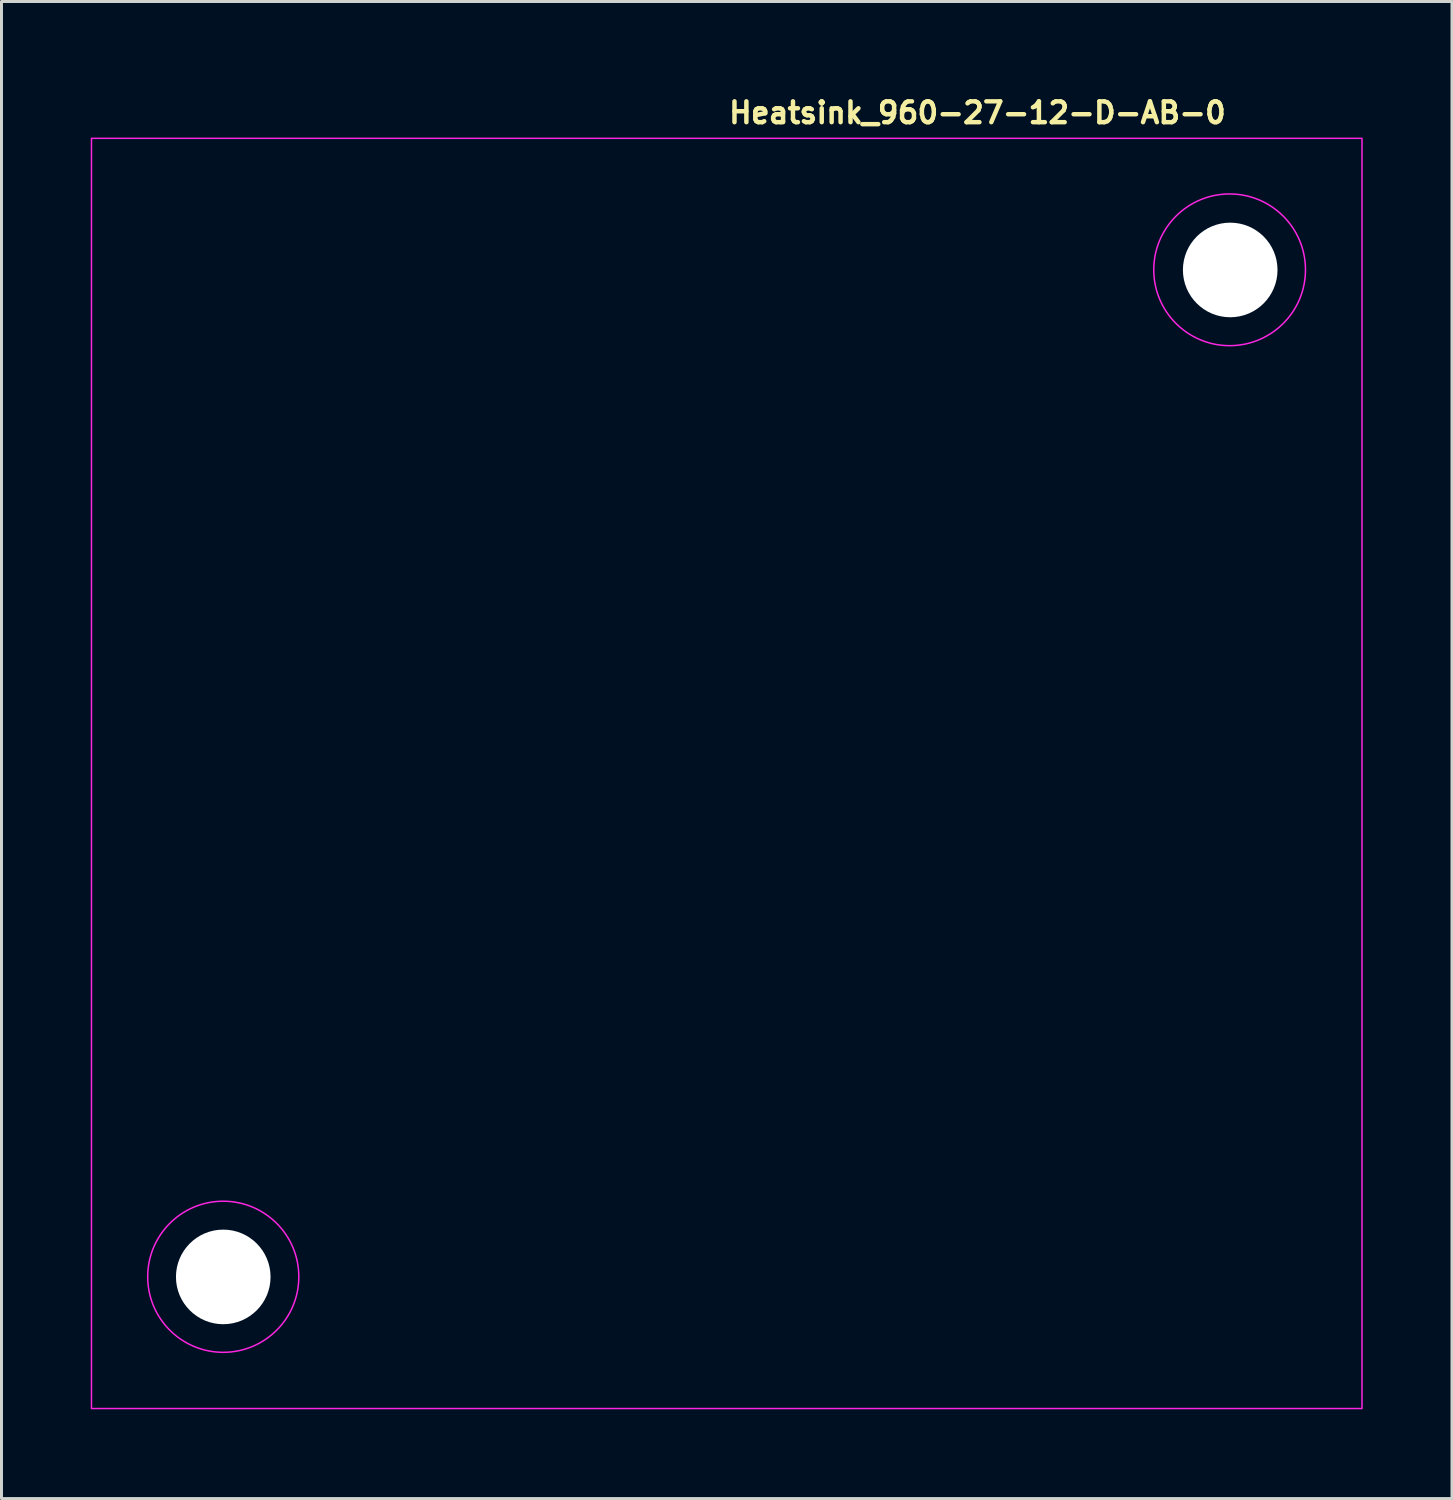
<source format=kicad_pcb>
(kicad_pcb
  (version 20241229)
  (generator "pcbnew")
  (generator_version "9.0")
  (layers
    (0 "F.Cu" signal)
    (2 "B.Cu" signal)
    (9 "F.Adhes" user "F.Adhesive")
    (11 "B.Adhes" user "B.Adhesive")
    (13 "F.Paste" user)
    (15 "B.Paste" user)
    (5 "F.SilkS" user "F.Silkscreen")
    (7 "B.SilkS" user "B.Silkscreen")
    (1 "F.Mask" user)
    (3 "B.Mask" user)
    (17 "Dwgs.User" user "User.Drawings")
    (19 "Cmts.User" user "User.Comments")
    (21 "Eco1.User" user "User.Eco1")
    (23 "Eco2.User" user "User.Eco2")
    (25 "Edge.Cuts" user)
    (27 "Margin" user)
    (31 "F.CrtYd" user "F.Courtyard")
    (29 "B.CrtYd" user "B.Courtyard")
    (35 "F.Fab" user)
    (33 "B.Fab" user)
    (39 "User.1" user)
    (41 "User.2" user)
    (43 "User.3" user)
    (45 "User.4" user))
  (footprint "Heatsink_960-27-12-D-AB-0"
    (layer "F.Cu")
    (at 21.375 22.95)
    (property "Reference" "Heatsink_960-27-12-D-AB-0" (at 0 -21.8 0) (unlocked yes) (layer "F.SilkS") (effects (font (size 0.7 0.7) (thickness 0.15)) (justify left bottom)))
    (attr exclude_from_pos_files)
    (fp_rect (start -21.35 -21.35) (end 21.36 21.35) (stroke (width 0.05) (type solid)) (fill no) (layer "F.CrtYd"))
    (fp_circle (center -16.92 16.92) (end -14.38 16.92) (stroke (width 0.05) (type solid)) (fill no) (layer "F.CrtYd"))
    (fp_circle (center 16.91 -16.93) (end 19.46 -16.93) (stroke (width 0.05) (type solid)) (fill no) (layer "F.CrtYd"))
    (fp_rect (start -20.351 -20.354) (end 20.357 20.353) (stroke (width 0.1) (type solid)) (fill no) (layer "User.5"))
    (fp_line (start -20.351 16.925) (end -20.347 16.755) (stroke (width 0.02) (type solid)) (layer "User.9"))
    (fp_line (start -20.349 17.055) (end -20.351 16.925) (stroke (width 0.02) (type solid)) (layer "User.9"))
    (fp_line (start -20.347 16.755) (end -20.334 16.586) (stroke (width 0.02) (type solid)) (layer "User.9"))
    (fp_line (start -20.341 17.183) (end -20.349 17.055) (stroke (width 0.02) (type solid)) (layer "User.9"))
    (fp_line (start -20.334 16.586) (end -20.313 16.419) (stroke (width 0.02) (type solid)) (layer "User.9"))
    (fp_line (start -20.329 17.311) (end -20.341 17.183) (stroke (width 0.02) (type solid)) (layer "User.9"))
    (fp_line (start -20.313 16.419) (end -20.285 16.253) (stroke (width 0.02) (type solid)) (layer "User.9"))
    (fp_line (start -20.313 17.438) (end -20.329 17.311) (stroke (width 0.02) (type solid)) (layer "User.9"))
    (fp_line (start -20.291 17.563) (end -20.313 17.438) (stroke (width 0.02) (type solid)) (layer "User.9"))
    (fp_line (start -20.285 16.253) (end -20.248 16.089) (stroke (width 0.02) (type solid)) (layer "User.9"))
    (fp_line (start -20.265 17.687) (end -20.291 17.563) (stroke (width 0.02) (type solid)) (layer "User.9"))
    (fp_line (start -20.248 16.089) (end -20.203 15.928) (stroke (width 0.02) (type solid)) (layer "User.9"))
    (fp_line (start -20.235 17.809) (end -20.265 17.687) (stroke (width 0.02) (type solid)) (layer "User.9"))
    (fp_line (start -20.203 15.928) (end -20.15 15.769) (stroke (width 0.02) (type solid)) (layer "User.9"))
    (fp_line (start -20.2 17.93) (end -20.235 17.809) (stroke (width 0.02) (type solid)) (layer "User.9"))
    (fp_line (start -20.161 18.05) (end -20.2 17.93) (stroke (width 0.02) (type solid)) (layer "User.9"))
    (fp_line (start -20.15 15.769) (end -20.09 15.613) (stroke (width 0.02) (type solid)) (layer "User.9"))
    (fp_line (start -20.118 18.167) (end -20.161 18.05) (stroke (width 0.02) (type solid)) (layer "User.9"))
    (fp_line (start -20.09 15.613) (end -20.022 15.46) (stroke (width 0.02) (type solid)) (layer "User.9"))
    (fp_line (start -20.071 18.283) (end -20.118 18.167) (stroke (width 0.02) (type solid)) (layer "User.9"))
    (fp_line (start -20.022 15.46) (end -19.947 15.31) (stroke (width 0.02) (type solid)) (layer "User.9"))
    (fp_line (start -20.019 18.397) (end -20.071 18.283) (stroke (width 0.02) (type solid)) (layer "User.9"))
    (fp_line (start -19.963 18.509) (end -20.019 18.397) (stroke (width 0.02) (type solid)) (layer "User.9"))
    (fp_line (start -19.947 15.31) (end -19.865 15.164) (stroke (width 0.02) (type solid)) (layer "User.9"))
    (fp_line (start -19.904 18.618) (end -19.963 18.509) (stroke (width 0.02) (type solid)) (layer "User.9"))
    (fp_line (start -19.865 15.164) (end -19.775 15.023) (stroke (width 0.02) (type solid)) (layer "User.9"))
    (fp_line (start -19.84 18.725) (end -19.904 18.618) (stroke (width 0.02) (type solid)) (layer "User.9"))
    (fp_line (start -19.775 15.023) (end -19.678 14.885) (stroke (width 0.02) (type solid)) (layer "User.9"))
    (fp_line (start -19.773 18.83) (end -19.84 18.725) (stroke (width 0.02) (type solid)) (layer "User.9"))
    (fp_line (start -19.702 18.932) (end -19.773 18.83) (stroke (width 0.02) (type solid)) (layer "User.9"))
    (fp_line (start -19.678 14.885) (end -19.574 14.752) (stroke (width 0.02) (type solid)) (layer "User.9"))
    (fp_line (start -19.627 19.032) (end -19.702 18.932) (stroke (width 0.02) (type solid)) (layer "User.9"))
    (fp_line (start -19.622 15.38) (end -16.922 13.875) (stroke (width 0.02) (type solid)) (layer "User.9"))
    (fp_line (start -19.622 18.471) (end -19.622 15.38) (stroke (width 0.02) (type solid)) (layer "User.9"))
    (fp_line (start -19.574 14.752) (end -19.464 14.623) (stroke (width 0.02) (type solid)) (layer "User.9"))
    (fp_line (start -19.549 19.129) (end -19.627 19.032) (stroke (width 0.02) (type solid)) (layer "User.9"))
    (fp_line (start -19.467 19.223) (end -19.549 19.129) (stroke (width 0.02) (type solid)) (layer "User.9"))
    (fp_line (start -19.464 14.623) (end -19.347 14.5) (stroke (width 0.02) (type solid)) (layer "User.9"))
    (fp_line (start -19.382 19.314) (end -19.467 19.223) (stroke (width 0.02) (type solid)) (layer "User.9"))
    (fp_line (start -19.347 14.5) (end -14.833 9.986) (stroke (width 0.02) (type solid)) (layer "User.9"))
    (fp_line (start -19.293 19.402) (end -19.382 19.314) (stroke (width 0.02) (type solid)) (layer "User.9"))
    (fp_line (start -19.201 19.487) (end -19.293 19.402) (stroke (width 0.02) (type solid)) (layer "User.9"))
    (fp_line (start -19.106 19.569) (end -19.201 19.487) (stroke (width 0.02) (type solid)) (layer "User.9"))
    (fp_line (start -19.007 19.648) (end -19.106 19.569) (stroke (width 0.02) (type solid)) (layer "User.9"))
    (fp_line (start -18.905 19.722) (end -19.007 19.648) (stroke (width 0.02) (type solid)) (layer "User.9"))
    (fp_line (start -18.801 19.794) (end -18.905 19.722) (stroke (width 0.02) (type solid)) (layer "User.9"))
    (fp_line (start -18.693 19.861) (end -18.801 19.794) (stroke (width 0.02) (type solid)) (layer "User.9"))
    (fp_line (start -18.583 19.925) (end -18.693 19.861) (stroke (width 0.02) (type solid)) (layer "User.9"))
    (fp_line (start -18.469 19.985) (end -18.583 19.925) (stroke (width 0.02) (type solid)) (layer "User.9"))
    (fp_line (start -18.353 20.041) (end -18.469 19.985) (stroke (width 0.02) (type solid)) (layer "User.9"))
    (fp_line (start -18.234 20.093) (end -18.353 20.041) (stroke (width 0.02) (type solid)) (layer "User.9"))
    (fp_line (start -18.234 20.093) (end -18.234 20.093) (stroke (width 0.02) (type solid)) (layer "User.9"))
    (fp_line (start -17.992 20.183) (end -18.234 20.093) (stroke (width 0.02) (type solid)) (layer "User.9"))
    (fp_line (start -17.746 20.254) (end -17.992 20.183) (stroke (width 0.02) (type solid)) (layer "User.9"))
    (fp_line (start -17.498 20.306) (end -17.746 20.254) (stroke (width 0.02) (type solid)) (layer "User.9"))
    (fp_line (start -17.248 20.339) (end -17.498 20.306) (stroke (width 0.02) (type solid)) (layer "User.9"))
    (fp_line (start -16.997 20.353) (end -17.248 20.339) (stroke (width 0.02) (type solid)) (layer "User.9"))
    (fp_line (start -16.922 13.875) (end -14.222 15.38) (stroke (width 0.02) (type solid)) (layer "User.9"))
    (fp_line (start -16.922 19.975) (end -19.622 18.471) (stroke (width 0.02) (type solid)) (layer "User.9"))
    (fp_line (start -16.747 20.35) (end -16.997 20.353) (stroke (width 0.02) (type solid)) (layer "User.9"))
    (fp_line (start -16.499 20.328) (end -16.747 20.35) (stroke (width 0.02) (type solid)) (layer "User.9"))
    (fp_line (start -16.253 20.288) (end -16.499 20.328) (stroke (width 0.02) (type solid)) (layer "User.9"))
    (fp_line (start -16.011 20.231) (end -16.253 20.288) (stroke (width 0.02) (type solid)) (layer "User.9"))
    (fp_line (start -15.773 20.156) (end -16.011 20.231) (stroke (width 0.02) (type solid)) (layer "User.9"))
    (fp_line (start -15.54 20.064) (end -15.773 20.156) (stroke (width 0.02) (type solid)) (layer "User.9"))
    (fp_line (start -15.315 19.954) (end -15.54 20.064) (stroke (width 0.02) (type solid)) (layer "User.9"))
    (fp_line (start -15.097 19.828) (end -15.315 19.954) (stroke (width 0.02) (type solid)) (layer "User.9"))
    (fp_line (start -14.887 19.685) (end -15.097 19.828) (stroke (width 0.02) (type solid)) (layer "User.9"))
    (fp_line (start -14.764 9.915) (end -14.833 9.986) (stroke (width 0.02) (type solid)) (layer "User.9"))
    (fp_line (start -14.7 9.84) (end -14.764 9.915) (stroke (width 0.02) (type solid)) (layer "User.9"))
    (fp_line (start -14.687 19.525) (end -14.887 19.685) (stroke (width 0.02) (type solid)) (layer "User.9"))
    (fp_line (start -14.639 9.762) (end -14.7 9.84) (stroke (width 0.02) (type solid)) (layer "User.9"))
    (fp_line (start -14.583 9.682) (end -14.639 9.762) (stroke (width 0.02) (type solid)) (layer "User.9"))
    (fp_line (start -14.531 9.599) (end -14.583 9.682) (stroke (width 0.02) (type solid)) (layer "User.9"))
    (fp_line (start -14.497 19.35) (end -14.687 19.525) (stroke (width 0.02) (type solid)) (layer "User.9"))
    (fp_line (start -14.483 9.514) (end -14.531 9.599) (stroke (width 0.02) (type solid)) (layer "User.9"))
    (fp_line (start -14.439 9.427) (end -14.483 9.514) (stroke (width 0.02) (type solid)) (layer "User.9"))
    (fp_line (start -14.399 9.338) (end -14.439 9.427) (stroke (width 0.02) (type solid)) (layer "User.9"))
    (fp_line (start -14.364 9.247) (end -14.399 9.338) (stroke (width 0.02) (type solid)) (layer "User.9"))
    (fp_line (start -14.333 9.154) (end -14.364 9.247) (stroke (width 0.02) (type solid)) (layer "User.9"))
    (fp_line (start -14.307 9.06) (end -14.333 9.154) (stroke (width 0.02) (type solid)) (layer "User.9"))
    (fp_line (start -14.286 8.964) (end -14.307 9.06) (stroke (width 0.02) (type solid)) (layer "User.9"))
    (fp_line (start -14.269 8.868) (end -14.286 8.964) (stroke (width 0.02) (type solid)) (layer "User.9"))
    (fp_line (start -14.257 8.77) (end -14.269 8.868) (stroke (width 0.02) (type solid)) (layer "User.9"))
    (fp_line (start -14.249 8.671) (end -14.257 8.77) (stroke (width 0.02) (type solid)) (layer "User.9"))
    (fp_line (start -14.247 -13.75) (end 8.075 -13.75) (stroke (width 0.02) (type solid)) (layer "User.9"))
    (fp_line (start -14.247 8.572) (end -14.249 8.671) (stroke (width 0.02) (type solid)) (layer "User.9"))
    (fp_line (start -14.247 8.572) (end -14.247 -13.75) (stroke (width 0.02) (type solid)) (layer "User.9"))
    (fp_line (start -14.222 15.38) (end -14.222 18.471) (stroke (width 0.02) (type solid)) (layer "User.9"))
    (fp_line (start -14.222 18.471) (end -16.922 19.975) (stroke (width 0.02) (type solid)) (layer "User.9"))
    (fp_line (start -13.747 -13.5) (end -12.497 -13.5) (stroke (width 0.02) (type solid)) (layer "User.9"))
    (fp_line (start -13.747 -11.4) (end -13.747 -13.5) (stroke (width 0.02) (type solid)) (layer "User.9"))
    (fp_line (start -13.747 -11.4) (end -12.497 -11.4) (stroke (width 0.02) (type solid)) (layer "User.9"))
    (fp_line (start -13.747 -7.25) (end -13.747 -9.35) (stroke (width 0.02) (type solid)) (layer "User.9"))
    (fp_line (start -13.747 -7.25) (end -12.497 -7.25) (stroke (width 0.02) (type solid)) (layer "User.9"))
    (fp_line (start -13.747 -3.1) (end -13.747 -5.2) (stroke (width 0.02) (type solid)) (layer "User.9"))
    (fp_line (start -13.747 -3.1) (end -12.497 -3.1) (stroke (width 0.02) (type solid)) (layer "User.9"))
    (fp_line (start -13.747 1.05) (end -13.747 -1.05) (stroke (width 0.02) (type solid)) (layer "User.9"))
    (fp_line (start -13.747 1.05) (end -12.497 1.05) (stroke (width 0.02) (type solid)) (layer "User.9"))
    (fp_line (start -13.747 5.2) (end -13.747 3.1) (stroke (width 0.02) (type solid)) (layer "User.9"))
    (fp_line (start -13.747 5.2) (end -12.497 5.2) (stroke (width 0.02) (type solid)) (layer "User.9"))
    (fp_line (start -13.747 9.35) (end -13.747 7.25) (stroke (width 0.02) (type solid)) (layer "User.9"))
    (fp_line (start -13.747 9.35) (end -12.497 9.35) (stroke (width 0.02) (type solid)) (layer "User.9"))
    (fp_line (start -13.747 13.5) (end -13.747 11.4) (stroke (width 0.02) (type solid)) (layer "User.9"))
    (fp_line (start -13.747 13.5) (end -12.497 13.5) (stroke (width 0.02) (type solid)) (layer "User.9"))
    (fp_line (start -12.497 -11.4) (end -12.497 -13.5) (stroke (width 0.02) (type solid)) (layer "User.9"))
    (fp_line (start -12.497 -9.35) (end -13.747 -9.35) (stroke (width 0.02) (type solid)) (layer "User.9"))
    (fp_line (start -12.497 -7.25) (end -12.497 -9.35) (stroke (width 0.02) (type solid)) (layer "User.9"))
    (fp_line (start -12.497 -5.2) (end -13.747 -5.2) (stroke (width 0.02) (type solid)) (layer "User.9"))
    (fp_line (start -12.497 -3.1) (end -12.497 -5.2) (stroke (width 0.02) (type solid)) (layer "User.9"))
    (fp_line (start -12.497 -1.05) (end -13.747 -1.05) (stroke (width 0.02) (type solid)) (layer "User.9"))
    (fp_line (start -12.497 1.05) (end -12.497 -1.05) (stroke (width 0.02) (type solid)) (layer "User.9"))
    (fp_line (start -12.497 3.1) (end -13.747 3.1) (stroke (width 0.02) (type solid)) (layer "User.9"))
    (fp_line (start -12.497 5.2) (end -12.497 3.1) (stroke (width 0.02) (type solid)) (layer "User.9"))
    (fp_line (start -12.497 7.25) (end -13.747 7.25) (stroke (width 0.02) (type solid)) (layer "User.9"))
    (fp_line (start -12.497 9.35) (end -12.497 7.25) (stroke (width 0.02) (type solid)) (layer "User.9"))
    (fp_line (start -12.497 11.4) (end -13.747 11.4) (stroke (width 0.02) (type solid)) (layer "User.9"))
    (fp_line (start -12.497 13.5) (end -12.497 11.4) (stroke (width 0.02) (type solid)) (layer "User.9"))
    (fp_line (start -10.068 -13.5) (end -8.818 -13.5) (stroke (width 0.02) (type solid)) (layer "User.9"))
    (fp_line (start -10.068 -11.4) (end -10.068 -13.5) (stroke (width 0.02) (type solid)) (layer "User.9"))
    (fp_line (start -10.068 -11.4) (end -8.818 -11.4) (stroke (width 0.02) (type solid)) (layer "User.9"))
    (fp_line (start -10.068 -7.25) (end -10.068 -9.35) (stroke (width 0.02) (type solid)) (layer "User.9"))
    (fp_line (start -10.068 -7.25) (end -8.818 -7.25) (stroke (width 0.02) (type solid)) (layer "User.9"))
    (fp_line (start -10.068 -3.1) (end -10.068 -5.2) (stroke (width 0.02) (type solid)) (layer "User.9"))
    (fp_line (start -10.068 -3.1) (end -8.818 -3.1) (stroke (width 0.02) (type solid)) (layer "User.9"))
    (fp_line (start -10.068 1.05) (end -10.068 -1.05) (stroke (width 0.02) (type solid)) (layer "User.9"))
    (fp_line (start -10.068 1.05) (end -8.818 1.05) (stroke (width 0.02) (type solid)) (layer "User.9"))
    (fp_line (start -10.068 5.2) (end -10.068 3.1) (stroke (width 0.02) (type solid)) (layer "User.9"))
    (fp_line (start -10.068 5.2) (end -8.818 5.2) (stroke (width 0.02) (type solid)) (layer "User.9"))
    (fp_line (start -10.068 9.35) (end -10.068 7.25) (stroke (width 0.02) (type solid)) (layer "User.9"))
    (fp_line (start -10.068 9.35) (end -8.818 9.35) (stroke (width 0.02) (type solid)) (layer "User.9"))
    (fp_line (start -10.068 13.5) (end -10.068 11.4) (stroke (width 0.02) (type solid)) (layer "User.9"))
    (fp_line (start -10.068 13.5) (end -8.818 13.5) (stroke (width 0.02) (type solid)) (layer "User.9"))
    (fp_line (start -9.483 14.336) (end -14.497 19.35) (stroke (width 0.02) (type solid)) (layer "User.9"))
    (fp_line (start -9.483 14.336) (end -9.412 14.267) (stroke (width 0.02) (type solid)) (layer "User.9"))
    (fp_line (start -9.412 14.267) (end -9.337 14.203) (stroke (width 0.02) (type solid)) (layer "User.9"))
    (fp_line (start -9.337 14.203) (end -9.259 14.142) (stroke (width 0.02) (type solid)) (layer "User.9"))
    (fp_line (start -9.259 14.142) (end -9.179 14.086) (stroke (width 0.02) (type solid)) (layer "User.9"))
    (fp_line (start -9.179 14.086) (end -9.096 14.034) (stroke (width 0.02) (type solid)) (layer "User.9"))
    (fp_line (start -9.096 14.034) (end -9.011 13.986) (stroke (width 0.02) (type solid)) (layer "User.9"))
    (fp_line (start -9.011 13.986) (end -8.924 13.942) (stroke (width 0.02) (type solid)) (layer "User.9"))
    (fp_line (start -8.924 13.942) (end -8.835 13.902) (stroke (width 0.02) (type solid)) (layer "User.9"))
    (fp_line (start -8.835 13.902) (end -8.744 13.867) (stroke (width 0.02) (type solid)) (layer "User.9"))
    (fp_line (start -8.818 -11.4) (end -8.818 -13.5) (stroke (width 0.02) (type solid)) (layer "User.9"))
    (fp_line (start -8.818 -9.35) (end -10.068 -9.35) (stroke (width 0.02) (type solid)) (layer "User.9"))
    (fp_line (start -8.818 -7.25) (end -8.818 -9.35) (stroke (width 0.02) (type solid)) (layer "User.9"))
    (fp_line (start -8.818 -5.2) (end -10.068 -5.2) (stroke (width 0.02) (type solid)) (layer "User.9"))
    (fp_line (start -8.818 -3.1) (end -8.818 -5.2) (stroke (width 0.02) (type solid)) (layer "User.9"))
    (fp_line (start -8.818 -1.05) (end -10.068 -1.05) (stroke (width 0.02) (type solid)) (layer "User.9"))
    (fp_line (start -8.818 1.05) (end -8.818 -1.05) (stroke (width 0.02) (type solid)) (layer "User.9"))
    (fp_line (start -8.818 3.1) (end -10.068 3.1) (stroke (width 0.02) (type solid)) (layer "User.9"))
    (fp_line (start -8.818 5.2) (end -8.818 3.1) (stroke (width 0.02) (type solid)) (layer "User.9"))
    (fp_line (start -8.818 7.25) (end -10.068 7.25) (stroke (width 0.02) (type solid)) (layer "User.9"))
    (fp_line (start -8.818 9.35) (end -8.818 7.25) (stroke (width 0.02) (type solid)) (layer "User.9"))
    (fp_line (start -8.818 11.4) (end -10.068 11.4) (stroke (width 0.02) (type solid)) (layer "User.9"))
    (fp_line (start -8.818 13.5) (end -8.818 11.4) (stroke (width 0.02) (type solid)) (layer "User.9"))
    (fp_line (start -8.744 13.867) (end -8.651 13.836) (stroke (width 0.02) (type solid)) (layer "User.9"))
    (fp_line (start -8.651 13.836) (end -8.557 13.81) (stroke (width 0.02) (type solid)) (layer "User.9"))
    (fp_line (start -8.557 13.81) (end -8.461 13.789) (stroke (width 0.02) (type solid)) (layer "User.9"))
    (fp_line (start -8.461 13.789) (end -8.365 13.772) (stroke (width 0.02) (type solid)) (layer "User.9"))
    (fp_line (start -8.365 13.772) (end -8.267 13.76) (stroke (width 0.02) (type solid)) (layer "User.9"))
    (fp_line (start -8.267 13.76) (end -8.168 13.752) (stroke (width 0.02) (type solid)) (layer "User.9"))
    (fp_line (start -8.168 13.752) (end -8.069 13.75) (stroke (width 0.02) (type solid)) (layer "User.9"))
    (fp_line (start -6.39 -13.5) (end -5.14 -13.5) (stroke (width 0.02) (type solid)) (layer "User.9"))
    (fp_line (start -6.39 -11.4) (end -6.39 -13.5) (stroke (width 0.02) (type solid)) (layer "User.9"))
    (fp_line (start -6.39 -11.4) (end -5.14 -11.4) (stroke (width 0.02) (type solid)) (layer "User.9"))
    (fp_line (start -6.39 -7.25) (end -6.39 -9.35) (stroke (width 0.02) (type solid)) (layer "User.9"))
    (fp_line (start -6.39 -7.25) (end -5.14 -7.25) (stroke (width 0.02) (type solid)) (layer "User.9"))
    (fp_line (start -6.39 -3.1) (end -6.39 -5.2) (stroke (width 0.02) (type solid)) (layer "User.9"))
    (fp_line (start -6.39 -3.1) (end -5.14 -3.1) (stroke (width 0.02) (type solid)) (layer "User.9"))
    (fp_line (start -6.39 1.05) (end -6.39 -1.05) (stroke (width 0.02) (type solid)) (layer "User.9"))
    (fp_line (start -6.39 1.05) (end -5.14 1.05) (stroke (width 0.02) (type solid)) (layer "User.9"))
    (fp_line (start -6.39 5.2) (end -6.39 3.1) (stroke (width 0.02) (type solid)) (layer "User.9"))
    (fp_line (start -6.39 5.2) (end -5.14 5.2) (stroke (width 0.02) (type solid)) (layer "User.9"))
    (fp_line (start -6.39 9.35) (end -6.39 7.25) (stroke (width 0.02) (type solid)) (layer "User.9"))
    (fp_line (start -6.39 9.35) (end -5.14 9.35) (stroke (width 0.02) (type solid)) (layer "User.9"))
    (fp_line (start -6.39 13.5) (end -6.39 11.4) (stroke (width 0.02) (type solid)) (layer "User.9"))
    (fp_line (start -6.39 13.5) (end -5.14 13.5) (stroke (width 0.02) (type solid)) (layer "User.9"))
    (fp_line (start -5.14 -11.4) (end -5.14 -13.5) (stroke (width 0.02) (type solid)) (layer "User.9"))
    (fp_line (start -5.14 -9.35) (end -6.39 -9.35) (stroke (width 0.02) (type solid)) (layer "User.9"))
    (fp_line (start -5.14 -7.25) (end -5.14 -9.35) (stroke (width 0.02) (type solid)) (layer "User.9"))
    (fp_line (start -5.14 -5.2) (end -6.39 -5.2) (stroke (width 0.02) (type solid)) (layer "User.9"))
    (fp_line (start -5.14 -3.1) (end -5.14 -5.2) (stroke (width 0.02) (type solid)) (layer "User.9"))
    (fp_line (start -5.14 -1.05) (end -6.39 -1.05) (stroke (width 0.02) (type solid)) (layer "User.9"))
    (fp_line (start -5.14 1.05) (end -5.14 -1.05) (stroke (width 0.02) (type solid)) (layer "User.9"))
    (fp_line (start -5.14 3.1) (end -6.39 3.1) (stroke (width 0.02) (type solid)) (layer "User.9"))
    (fp_line (start -5.14 5.2) (end -5.14 3.1) (stroke (width 0.02) (type solid)) (layer "User.9"))
    (fp_line (start -5.14 7.25) (end -6.39 7.25) (stroke (width 0.02) (type solid)) (layer "User.9"))
    (fp_line (start -5.14 9.35) (end -5.14 7.25) (stroke (width 0.02) (type solid)) (layer "User.9"))
    (fp_line (start -5.14 11.4) (end -6.39 11.4) (stroke (width 0.02) (type solid)) (layer "User.9"))
    (fp_line (start -5.14 13.5) (end -5.14 11.4) (stroke (width 0.02) (type solid)) (layer "User.9"))
    (fp_line (start -2.711 -13.5) (end -1.461 -13.5) (stroke (width 0.02) (type solid)) (layer "User.9"))
    (fp_line (start -2.711 -11.4) (end -2.711 -13.5) (stroke (width 0.02) (type solid)) (layer "User.9"))
    (fp_line (start -2.711 -11.4) (end -1.461 -11.4) (stroke (width 0.02) (type solid)) (layer "User.9"))
    (fp_line (start -2.711 -7.25) (end -2.711 -9.35) (stroke (width 0.02) (type solid)) (layer "User.9"))
    (fp_line (start -2.711 -7.25) (end -1.461 -7.25) (stroke (width 0.02) (type solid)) (layer "User.9"))
    (fp_line (start -2.711 -3.1) (end -2.711 -5.2) (stroke (width 0.02) (type solid)) (layer "User.9"))
    (fp_line (start -2.711 -3.1) (end -1.461 -3.1) (stroke (width 0.02) (type solid)) (layer "User.9"))
    (fp_line (start -2.711 1.05) (end -2.711 -1.05) (stroke (width 0.02) (type solid)) (layer "User.9"))
    (fp_line (start -2.711 1.05) (end -1.461 1.05) (stroke (width 0.02) (type solid)) (layer "User.9"))
    (fp_line (start -2.711 5.2) (end -2.711 3.1) (stroke (width 0.02) (type solid)) (layer "User.9"))
    (fp_line (start -2.711 5.2) (end -1.461 5.2) (stroke (width 0.02) (type solid)) (layer "User.9"))
    (fp_line (start -2.711 9.35) (end -2.711 7.25) (stroke (width 0.02) (type solid)) (layer "User.9"))
    (fp_line (start -2.711 9.35) (end -1.461 9.35) (stroke (width 0.02) (type solid)) (layer "User.9"))
    (fp_line (start -2.711 13.5) (end -2.711 11.4) (stroke (width 0.02) (type solid)) (layer "User.9"))
    (fp_line (start -2.711 13.5) (end -1.461 13.5) (stroke (width 0.02) (type solid)) (layer "User.9"))
    (fp_line (start -1.461 -11.4) (end -1.461 -13.5) (stroke (width 0.02) (type solid)) (layer "User.9"))
    (fp_line (start -1.461 -9.35) (end -2.711 -9.35) (stroke (width 0.02) (type solid)) (layer "User.9"))
    (fp_line (start -1.461 -7.25) (end -1.461 -9.35) (stroke (width 0.02) (type solid)) (layer "User.9"))
    (fp_line (start -1.461 -5.2) (end -2.711 -5.2) (stroke (width 0.02) (type solid)) (layer "User.9"))
    (fp_line (start -1.461 -3.1) (end -1.461 -5.2) (stroke (width 0.02) (type solid)) (layer "User.9"))
    (fp_line (start -1.461 -1.05) (end -2.711 -1.05) (stroke (width 0.02) (type solid)) (layer "User.9"))
    (fp_line (start -1.461 1.05) (end -1.461 -1.05) (stroke (width 0.02) (type solid)) (layer "User.9"))
    (fp_line (start -1.461 3.1) (end -2.711 3.1) (stroke (width 0.02) (type solid)) (layer "User.9"))
    (fp_line (start -1.461 5.2) (end -1.461 3.1) (stroke (width 0.02) (type solid)) (layer "User.9"))
    (fp_line (start -1.461 7.25) (end -2.711 7.25) (stroke (width 0.02) (type solid)) (layer "User.9"))
    (fp_line (start -1.461 9.35) (end -1.461 7.25) (stroke (width 0.02) (type solid)) (layer "User.9"))
    (fp_line (start -1.461 11.4) (end -2.711 11.4) (stroke (width 0.02) (type solid)) (layer "User.9"))
    (fp_line (start -1.461 13.5) (end -1.461 11.4) (stroke (width 0.02) (type solid)) (layer "User.9"))
    (fp_line (start 0.967 -13.5) (end 2.217 -13.5) (stroke (width 0.02) (type solid)) (layer "User.9"))
    (fp_line (start 0.967 -11.4) (end 0.967 -13.5) (stroke (width 0.02) (type solid)) (layer "User.9"))
    (fp_line (start 0.967 -11.4) (end 2.217 -11.4) (stroke (width 0.02) (type solid)) (layer "User.9"))
    (fp_line (start 0.967 -7.25) (end 0.967 -9.35) (stroke (width 0.02) (type solid)) (layer "User.9"))
    (fp_line (start 0.967 -7.25) (end 2.217 -7.25) (stroke (width 0.02) (type solid)) (layer "User.9"))
    (fp_line (start 0.967 -3.1) (end 0.967 -5.2) (stroke (width 0.02) (type solid)) (layer "User.9"))
    (fp_line (start 0.967 -3.1) (end 2.217 -3.1) (stroke (width 0.02) (type solid)) (layer "User.9"))
    (fp_line (start 0.967 1.05) (end 0.967 -1.05) (stroke (width 0.02) (type solid)) (layer "User.9"))
    (fp_line (start 0.967 1.05) (end 2.217 1.05) (stroke (width 0.02) (type solid)) (layer "User.9"))
    (fp_line (start 0.967 5.2) (end 0.967 3.1) (stroke (width 0.02) (type solid)) (layer "User.9"))
    (fp_line (start 0.967 5.2) (end 2.217 5.2) (stroke (width 0.02) (type solid)) (layer "User.9"))
    (fp_line (start 0.967 9.35) (end 0.967 7.25) (stroke (width 0.02) (type solid)) (layer "User.9"))
    (fp_line (start 0.967 9.35) (end 2.217 9.35) (stroke (width 0.02) (type solid)) (layer "User.9"))
    (fp_line (start 0.967 13.5) (end 0.967 11.4) (stroke (width 0.02) (type solid)) (layer "User.9"))
    (fp_line (start 0.967 13.5) (end 2.217 13.5) (stroke (width 0.02) (type solid)) (layer "User.9"))
    (fp_line (start 2.217 -11.4) (end 2.217 -13.5) (stroke (width 0.02) (type solid)) (layer "User.9"))
    (fp_line (start 2.217 -9.35) (end 0.967 -9.35) (stroke (width 0.02) (type solid)) (layer "User.9"))
    (fp_line (start 2.217 -7.25) (end 2.217 -9.35) (stroke (width 0.02) (type solid)) (layer "User.9"))
    (fp_line (start 2.217 -5.2) (end 0.967 -5.2) (stroke (width 0.02) (type solid)) (layer "User.9"))
    (fp_line (start 2.217 -3.1) (end 2.217 -5.2) (stroke (width 0.02) (type solid)) (layer "User.9"))
    (fp_line (start 2.217 -1.05) (end 0.967 -1.05) (stroke (width 0.02) (type solid)) (layer "User.9"))
    (fp_line (start 2.217 1.05) (end 2.217 -1.05) (stroke (width 0.02) (type solid)) (layer "User.9"))
    (fp_line (start 2.217 3.1) (end 0.967 3.1) (stroke (width 0.02) (type solid)) (layer "User.9"))
    (fp_line (start 2.217 5.2) (end 2.217 3.1) (stroke (width 0.02) (type solid)) (layer "User.9"))
    (fp_line (start 2.217 7.25) (end 0.967 7.25) (stroke (width 0.02) (type solid)) (layer "User.9"))
    (fp_line (start 2.217 9.35) (end 2.217 7.25) (stroke (width 0.02) (type solid)) (layer "User.9"))
    (fp_line (start 2.217 11.4) (end 0.967 11.4) (stroke (width 0.02) (type solid)) (layer "User.9"))
    (fp_line (start 2.217 13.5) (end 2.217 11.4) (stroke (width 0.02) (type solid)) (layer "User.9"))
    (fp_line (start 4.646 -13.5) (end 5.896 -13.5) (stroke (width 0.02) (type solid)) (layer "User.9"))
    (fp_line (start 4.646 -11.4) (end 4.646 -13.5) (stroke (width 0.02) (type solid)) (layer "User.9"))
    (fp_line (start 4.646 -11.4) (end 5.896 -11.4) (stroke (width 0.02) (type solid)) (layer "User.9"))
    (fp_line (start 4.646 -7.25) (end 4.646 -9.35) (stroke (width 0.02) (type solid)) (layer "User.9"))
    (fp_line (start 4.646 -7.25) (end 5.896 -7.25) (stroke (width 0.02) (type solid)) (layer "User.9"))
    (fp_line (start 4.646 -3.1) (end 4.646 -5.2) (stroke (width 0.02) (type solid)) (layer "User.9"))
    (fp_line (start 4.646 -3.1) (end 5.896 -3.1) (stroke (width 0.02) (type solid)) (layer "User.9"))
    (fp_line (start 4.646 1.05) (end 4.646 -1.05) (stroke (width 0.02) (type solid)) (layer "User.9"))
    (fp_line (start 4.646 1.05) (end 5.896 1.05) (stroke (width 0.02) (type solid)) (layer "User.9"))
    (fp_line (start 4.646 5.2) (end 4.646 3.1) (stroke (width 0.02) (type solid)) (layer "User.9"))
    (fp_line (start 4.646 5.2) (end 5.896 5.2) (stroke (width 0.02) (type solid)) (layer "User.9"))
    (fp_line (start 4.646 9.35) (end 4.646 7.25) (stroke (width 0.02) (type solid)) (layer "User.9"))
    (fp_line (start 4.646 9.35) (end 5.896 9.35) (stroke (width 0.02) (type solid)) (layer "User.9"))
    (fp_line (start 4.646 13.5) (end 4.646 11.4) (stroke (width 0.02) (type solid)) (layer "User.9"))
    (fp_line (start 4.646 13.5) (end 5.896 13.5) (stroke (width 0.02) (type solid)) (layer "User.9"))
    (fp_line (start 5.896 -11.4) (end 5.896 -13.5) (stroke (width 0.02) (type solid)) (layer "User.9"))
    (fp_line (start 5.896 -9.35) (end 4.646 -9.35) (stroke (width 0.02) (type solid)) (layer "User.9"))
    (fp_line (start 5.896 -7.25) (end 5.896 -9.35) (stroke (width 0.02) (type solid)) (layer "User.9"))
    (fp_line (start 5.896 -5.2) (end 4.646 -5.2) (stroke (width 0.02) (type solid)) (layer "User.9"))
    (fp_line (start 5.896 -3.1) (end 5.896 -5.2) (stroke (width 0.02) (type solid)) (layer "User.9"))
    (fp_line (start 5.896 -1.05) (end 4.646 -1.05) (stroke (width 0.02) (type solid)) (layer "User.9"))
    (fp_line (start 5.896 1.05) (end 5.896 -1.05) (stroke (width 0.02) (type solid)) (layer "User.9"))
    (fp_line (start 5.896 3.1) (end 4.646 3.1) (stroke (width 0.02) (type solid)) (layer "User.9"))
    (fp_line (start 5.896 5.2) (end 5.896 3.1) (stroke (width 0.02) (type solid)) (layer "User.9"))
    (fp_line (start 5.896 7.25) (end 4.646 7.25) (stroke (width 0.02) (type solid)) (layer "User.9"))
    (fp_line (start 5.896 9.35) (end 5.896 7.25) (stroke (width 0.02) (type solid)) (layer "User.9"))
    (fp_line (start 5.896 11.4) (end 4.646 11.4) (stroke (width 0.02) (type solid)) (layer "User.9"))
    (fp_line (start 5.896 13.5) (end 5.896 11.4) (stroke (width 0.02) (type solid)) (layer "User.9"))
    (fp_line (start 8.174 -13.752) (end 8.075 -13.75) (stroke (width 0.02) (type solid)) (layer "User.9"))
    (fp_line (start 8.273 -13.76) (end 8.174 -13.752) (stroke (width 0.02) (type solid)) (layer "User.9"))
    (fp_line (start 8.324 -13.5) (end 9.574 -13.5) (stroke (width 0.02) (type solid)) (layer "User.9"))
    (fp_line (start 8.324 -11.4) (end 8.324 -13.5) (stroke (width 0.02) (type solid)) (layer "User.9"))
    (fp_line (start 8.324 -11.4) (end 9.574 -11.4) (stroke (width 0.02) (type solid)) (layer "User.9"))
    (fp_line (start 8.324 -7.25) (end 8.324 -9.35) (stroke (width 0.02) (type solid)) (layer "User.9"))
    (fp_line (start 8.324 -7.25) (end 9.574 -7.25) (stroke (width 0.02) (type solid)) (layer "User.9"))
    (fp_line (start 8.324 -3.1) (end 8.324 -5.2) (stroke (width 0.02) (type solid)) (layer "User.9"))
    (fp_line (start 8.324 -3.1) (end 9.574 -3.1) (stroke (width 0.02) (type solid)) (layer "User.9"))
    (fp_line (start 8.324 1.05) (end 8.324 -1.05) (stroke (width 0.02) (type solid)) (layer "User.9"))
    (fp_line (start 8.324 1.05) (end 9.574 1.05) (stroke (width 0.02) (type solid)) (layer "User.9"))
    (fp_line (start 8.324 5.2) (end 8.324 3.1) (stroke (width 0.02) (type solid)) (layer "User.9"))
    (fp_line (start 8.324 5.2) (end 9.574 5.2) (stroke (width 0.02) (type solid)) (layer "User.9"))
    (fp_line (start 8.324 9.35) (end 8.324 7.25) (stroke (width 0.02) (type solid)) (layer "User.9"))
    (fp_line (start 8.324 9.35) (end 9.574 9.35) (stroke (width 0.02) (type solid)) (layer "User.9"))
    (fp_line (start 8.324 13.5) (end 8.324 11.4) (stroke (width 0.02) (type solid)) (layer "User.9"))
    (fp_line (start 8.324 13.5) (end 9.574 13.5) (stroke (width 0.02) (type solid)) (layer "User.9"))
    (fp_line (start 8.371 -13.772) (end 8.273 -13.76) (stroke (width 0.02) (type solid)) (layer "User.9"))
    (fp_line (start 8.467 -13.789) (end 8.371 -13.772) (stroke (width 0.02) (type solid)) (layer "User.9"))
    (fp_line (start 8.563 -13.81) (end 8.467 -13.789) (stroke (width 0.02) (type solid)) (layer "User.9"))
    (fp_line (start 8.657 -13.836) (end 8.563 -13.81) (stroke (width 0.02) (type solid)) (layer "User.9"))
    (fp_line (start 8.75 -13.867) (end 8.657 -13.836) (stroke (width 0.02) (type solid)) (layer "User.9"))
    (fp_line (start 8.841 -13.902) (end 8.75 -13.867) (stroke (width 0.02) (type solid)) (layer "User.9"))
    (fp_line (start 8.93 -13.942) (end 8.841 -13.902) (stroke (width 0.02) (type solid)) (layer "User.9"))
    (fp_line (start 9.017 -13.986) (end 8.93 -13.942) (stroke (width 0.02) (type solid)) (layer "User.9"))
    (fp_line (start 9.102 -14.034) (end 9.017 -13.986) (stroke (width 0.02) (type solid)) (layer "User.9"))
    (fp_line (start 9.185 -14.086) (end 9.102 -14.034) (stroke (width 0.02) (type solid)) (layer "User.9"))
    (fp_line (start 9.265 -14.142) (end 9.185 -14.086) (stroke (width 0.02) (type solid)) (layer "User.9"))
    (fp_line (start 9.343 -14.203) (end 9.265 -14.142) (stroke (width 0.02) (type solid)) (layer "User.9"))
    (fp_line (start 9.418 -14.267) (end 9.343 -14.203) (stroke (width 0.02) (type solid)) (layer "User.9"))
    (fp_line (start 9.489 -14.336) (end 9.418 -14.267) (stroke (width 0.02) (type solid)) (layer "User.9"))
    (fp_line (start 9.489 -14.336) (end 14.503 -19.35) (stroke (width 0.02) (type solid)) (layer "User.9"))
    (fp_line (start 9.574 -11.4) (end 9.574 -13.5) (stroke (width 0.02) (type solid)) (layer "User.9"))
    (fp_line (start 9.574 -9.35) (end 8.324 -9.35) (stroke (width 0.02) (type solid)) (layer "User.9"))
    (fp_line (start 9.574 -7.25) (end 9.574 -9.35) (stroke (width 0.02) (type solid)) (layer "User.9"))
    (fp_line (start 9.574 -5.2) (end 8.324 -5.2) (stroke (width 0.02) (type solid)) (layer "User.9"))
    (fp_line (start 9.574 -3.1) (end 9.574 -5.2) (stroke (width 0.02) (type solid)) (layer "User.9"))
    (fp_line (start 9.574 -1.05) (end 8.324 -1.05) (stroke (width 0.02) (type solid)) (layer "User.9"))
    (fp_line (start 9.574 1.05) (end 9.574 -1.05) (stroke (width 0.02) (type solid)) (layer "User.9"))
    (fp_line (start 9.574 3.1) (end 8.324 3.1) (stroke (width 0.02) (type solid)) (layer "User.9"))
    (fp_line (start 9.574 5.2) (end 9.574 3.1) (stroke (width 0.02) (type solid)) (layer "User.9"))
    (fp_line (start 9.574 7.25) (end 8.324 7.25) (stroke (width 0.02) (type solid)) (layer "User.9"))
    (fp_line (start 9.574 9.35) (end 9.574 7.25) (stroke (width 0.02) (type solid)) (layer "User.9"))
    (fp_line (start 9.574 11.4) (end 8.324 11.4) (stroke (width 0.02) (type solid)) (layer "User.9"))
    (fp_line (start 9.574 13.5) (end 9.574 11.4) (stroke (width 0.02) (type solid)) (layer "User.9"))
    (fp_line (start 12.003 -13.5) (end 13.253 -13.5) (stroke (width 0.02) (type solid)) (layer "User.9"))
    (fp_line (start 12.003 -11.4) (end 12.003 -13.5) (stroke (width 0.02) (type solid)) (layer "User.9"))
    (fp_line (start 12.003 -11.4) (end 13.253 -11.4) (stroke (width 0.02) (type solid)) (layer "User.9"))
    (fp_line (start 12.003 -7.25) (end 12.003 -9.35) (stroke (width 0.02) (type solid)) (layer "User.9"))
    (fp_line (start 12.003 -7.25) (end 13.253 -7.25) (stroke (width 0.02) (type solid)) (layer "User.9"))
    (fp_line (start 12.003 -3.1) (end 12.003 -5.2) (stroke (width 0.02) (type solid)) (layer "User.9"))
    (fp_line (start 12.003 -3.1) (end 13.253 -3.1) (stroke (width 0.02) (type solid)) (layer "User.9"))
    (fp_line (start 12.003 1.05) (end 12.003 -1.05) (stroke (width 0.02) (type solid)) (layer "User.9"))
    (fp_line (start 12.003 1.05) (end 13.253 1.05) (stroke (width 0.02) (type solid)) (layer "User.9"))
    (fp_line (start 12.003 5.2) (end 12.003 3.1) (stroke (width 0.02) (type solid)) (layer "User.9"))
    (fp_line (start 12.003 5.2) (end 13.253 5.2) (stroke (width 0.02) (type solid)) (layer "User.9"))
    (fp_line (start 12.003 9.35) (end 12.003 7.25) (stroke (width 0.02) (type solid)) (layer "User.9"))
    (fp_line (start 12.003 9.35) (end 13.253 9.35) (stroke (width 0.02) (type solid)) (layer "User.9"))
    (fp_line (start 12.003 13.5) (end 12.003 11.4) (stroke (width 0.02) (type solid)) (layer "User.9"))
    (fp_line (start 12.003 13.5) (end 13.253 13.5) (stroke (width 0.02) (type solid)) (layer "User.9"))
    (fp_line (start 13.253 -11.4) (end 13.253 -13.5) (stroke (width 0.02) (type solid)) (layer "User.9"))
    (fp_line (start 13.253 -9.35) (end 12.003 -9.35) (stroke (width 0.02) (type solid)) (layer "User.9"))
    (fp_line (start 13.253 -7.25) (end 13.253 -9.35) (stroke (width 0.02) (type solid)) (layer "User.9"))
    (fp_line (start 13.253 -5.2) (end 12.003 -5.2) (stroke (width 0.02) (type solid)) (layer "User.9"))
    (fp_line (start 13.253 -3.1) (end 13.253 -5.2) (stroke (width 0.02) (type solid)) (layer "User.9"))
    (fp_line (start 13.253 -1.05) (end 12.003 -1.05) (stroke (width 0.02) (type solid)) (layer "User.9"))
    (fp_line (start 13.253 1.05) (end 13.253 -1.05) (stroke (width 0.02) (type solid)) (layer "User.9"))
    (fp_line (start 13.253 3.1) (end 12.003 3.1) (stroke (width 0.02) (type solid)) (layer "User.9"))
    (fp_line (start 13.253 5.2) (end 13.253 3.1) (stroke (width 0.02) (type solid)) (layer "User.9"))
    (fp_line (start 13.253 7.25) (end 12.003 7.25) (stroke (width 0.02) (type solid)) (layer "User.9"))
    (fp_line (start 13.253 9.35) (end 13.253 7.25) (stroke (width 0.02) (type solid)) (layer "User.9"))
    (fp_line (start 13.253 11.4) (end 12.003 11.4) (stroke (width 0.02) (type solid)) (layer "User.9"))
    (fp_line (start 13.253 13.5) (end 13.253 11.4) (stroke (width 0.02) (type solid)) (layer "User.9"))
    (fp_line (start 13.753 -8.072) (end 13.753 13.75) (stroke (width 0.02) (type solid)) (layer "User.9"))
    (fp_line (start 13.753 -8.072) (end 13.755 -8.171) (stroke (width 0.02) (type solid)) (layer "User.9"))
    (fp_line (start 13.753 13.75) (end -8.069 13.75) (stroke (width 0.02) (type solid)) (layer "User.9"))
    (fp_line (start 13.755 -8.171) (end 13.763 -8.27) (stroke (width 0.02) (type solid)) (layer "User.9"))
    (fp_line (start 13.763 -8.27) (end 13.775 -8.368) (stroke (width 0.02) (type solid)) (layer "User.9"))
    (fp_line (start 13.775 -8.368) (end 13.792 -8.464) (stroke (width 0.02) (type solid)) (layer "User.9"))
    (fp_line (start 13.792 -8.464) (end 13.813 -8.56) (stroke (width 0.02) (type solid)) (layer "User.9"))
    (fp_line (start 13.813 -8.56) (end 13.839 -8.654) (stroke (width 0.02) (type solid)) (layer "User.9"))
    (fp_line (start 13.839 -8.654) (end 13.87 -8.747) (stroke (width 0.02) (type solid)) (layer "User.9"))
    (fp_line (start 13.87 -8.747) (end 13.905 -8.838) (stroke (width 0.02) (type solid)) (layer "User.9"))
    (fp_line (start 13.905 -8.838) (end 13.945 -8.927) (stroke (width 0.02) (type solid)) (layer "User.9"))
    (fp_line (start 13.945 -8.927) (end 13.989 -9.014) (stroke (width 0.02) (type solid)) (layer "User.9"))
    (fp_line (start 13.989 -9.014) (end 14.037 -9.099) (stroke (width 0.02) (type solid)) (layer "User.9"))
    (fp_line (start 14.037 -9.099) (end 14.089 -9.182) (stroke (width 0.02) (type solid)) (layer "User.9"))
    (fp_line (start 14.089 -9.182) (end 14.145 -9.262) (stroke (width 0.02) (type solid)) (layer "User.9"))
    (fp_line (start 14.145 -9.262) (end 14.206 -9.34) (stroke (width 0.02) (type solid)) (layer "User.9"))
    (fp_line (start 14.206 -9.34) (end 14.27 -9.415) (stroke (width 0.02) (type solid)) (layer "User.9"))
    (fp_line (start 14.228 -18.471) (end 16.928 -19.975) (stroke (width 0.02) (type solid)) (layer "User.9"))
    (fp_line (start 14.228 -15.38) (end 14.228 -18.471) (stroke (width 0.02) (type solid)) (layer "User.9"))
    (fp_line (start 14.27 -9.415) (end 14.339 -9.486) (stroke (width 0.02) (type solid)) (layer "User.9"))
    (fp_line (start 14.503 -19.35) (end 14.67 -19.506) (stroke (width 0.02) (type solid)) (layer "User.9"))
    (fp_line (start 14.67 -19.506) (end 14.846 -19.65) (stroke (width 0.02) (type solid)) (layer "User.9"))
    (fp_line (start 14.846 -19.65) (end 15.029 -19.78) (stroke (width 0.02) (type solid)) (layer "User.9"))
    (fp_line (start 15.029 -19.78) (end 15.22 -19.898) (stroke (width 0.02) (type solid)) (layer "User.9"))
    (fp_line (start 15.22 -19.898) (end 15.417 -20.003) (stroke (width 0.02) (type solid)) (layer "User.9"))
    (fp_line (start 15.417 -20.003) (end 15.62 -20.095) (stroke (width 0.02) (type solid)) (layer "User.9"))
    (fp_line (start 15.62 -20.095) (end 15.828 -20.173) (stroke (width 0.02) (type solid)) (layer "User.9"))
    (fp_line (start 15.828 -20.173) (end 16.04 -20.237) (stroke (width 0.02) (type solid)) (layer "User.9"))
    (fp_line (start 16.04 -20.237) (end 16.257 -20.288) (stroke (width 0.02) (type solid)) (layer "User.9"))
    (fp_line (start 16.257 -20.288) (end 16.476 -20.324) (stroke (width 0.02) (type solid)) (layer "User.9"))
    (fp_line (start 16.476 -20.324) (end 16.697 -20.346) (stroke (width 0.02) (type solid)) (layer "User.9"))
    (fp_line (start 16.697 -20.346) (end 16.921 -20.354) (stroke (width 0.02) (type solid)) (layer "User.9"))
    (fp_line (start 16.921 -20.354) (end 17.145 -20.347) (stroke (width 0.02) (type solid)) (layer "User.9"))
    (fp_line (start 16.928 -19.975) (end 19.628 -18.471) (stroke (width 0.02) (type solid)) (layer "User.9"))
    (fp_line (start 16.928 -13.875) (end 14.228 -15.38) (stroke (width 0.02) (type solid)) (layer "User.9"))
    (fp_line (start 17.145 -20.347) (end 17.369 -20.326) (stroke (width 0.02) (type solid)) (layer "User.9"))
    (fp_line (start 17.369 -20.326) (end 17.593 -20.289) (stroke (width 0.02) (type solid)) (layer "User.9"))
    (fp_line (start 17.593 -20.289) (end 17.816 -20.237) (stroke (width 0.02) (type solid)) (layer "User.9"))
    (fp_line (start 17.816 -20.237) (end 17.816 -20.237) (stroke (width 0.02) (type solid)) (layer "User.9"))
    (fp_line (start 17.816 -20.237) (end 18.034 -20.171) (stroke (width 0.02) (type solid)) (layer "User.9"))
    (fp_line (start 18.034 -20.171) (end 18.246 -20.091) (stroke (width 0.02) (type solid)) (layer "User.9"))
    (fp_line (start 18.246 -20.091) (end 18.452 -19.997) (stroke (width 0.02) (type solid)) (layer "User.9"))
    (fp_line (start 18.452 -19.997) (end 18.649 -19.891) (stroke (width 0.02) (type solid)) (layer "User.9"))
    (fp_line (start 18.649 -19.891) (end 18.838 -19.773) (stroke (width 0.02) (type solid)) (layer "User.9"))
    (fp_line (start 18.838 -19.773) (end 19.019 -19.643) (stroke (width 0.02) (type solid)) (layer "User.9"))
    (fp_line (start 19.019 -19.643) (end 19.191 -19.502) (stroke (width 0.02) (type solid)) (layer "User.9"))
    (fp_line (start 19.191 -19.502) (end 19.353 -19.35) (stroke (width 0.02) (type solid)) (layer "User.9"))
    (fp_line (start 19.353 -19.35) (end 19.505 -19.188) (stroke (width 0.02) (type solid)) (layer "User.9"))
    (fp_line (start 19.353 -14.5) (end 14.339 -9.486) (stroke (width 0.02) (type solid)) (layer "User.9"))
    (fp_line (start 19.505 -19.188) (end 19.646 -19.016) (stroke (width 0.02) (type solid)) (layer "User.9"))
    (fp_line (start 19.509 -14.667) (end 19.353 -14.5) (stroke (width 0.02) (type solid)) (layer "User.9"))
    (fp_line (start 19.628 -18.471) (end 19.628 -15.38) (stroke (width 0.02) (type solid)) (layer "User.9"))
    (fp_line (start 19.628 -15.38) (end 16.928 -13.875) (stroke (width 0.02) (type solid)) (layer "User.9"))
    (fp_line (start 19.646 -19.016) (end 19.776 -18.835) (stroke (width 0.02) (type solid)) (layer "User.9"))
    (fp_line (start 19.653 -14.843) (end 19.509 -14.667) (stroke (width 0.02) (type solid)) (layer "User.9"))
    (fp_line (start 19.776 -18.835) (end 19.894 -18.646) (stroke (width 0.02) (type solid)) (layer "User.9"))
    (fp_line (start 19.783 -15.026) (end 19.653 -14.843) (stroke (width 0.02) (type solid)) (layer "User.9"))
    (fp_line (start 19.894 -18.646) (end 20 -18.449) (stroke (width 0.02) (type solid)) (layer "User.9"))
    (fp_line (start 19.901 -15.217) (end 19.783 -15.026) (stroke (width 0.02) (type solid)) (layer "User.9"))
    (fp_line (start 20 -18.449) (end 20.094 -18.243) (stroke (width 0.02) (type solid)) (layer "User.9"))
    (fp_line (start 20.006 -15.414) (end 19.901 -15.217) (stroke (width 0.02) (type solid)) (layer "User.9"))
    (fp_line (start 20.094 -18.243) (end 20.174 -18.031) (stroke (width 0.02) (type solid)) (layer "User.9"))
    (fp_line (start 20.098 -15.617) (end 20.006 -15.414) (stroke (width 0.02) (type solid)) (layer "User.9"))
    (fp_line (start 20.174 -18.031) (end 20.24 -17.813) (stroke (width 0.02) (type solid)) (layer "User.9"))
    (fp_line (start 20.176 -15.825) (end 20.098 -15.617) (stroke (width 0.02) (type solid)) (layer "User.9"))
    (fp_line (start 20.24 -17.813) (end 20.24 -17.813) (stroke (width 0.02) (type solid)) (layer "User.9"))
    (fp_line (start 20.24 -17.813) (end 20.292 -17.59) (stroke (width 0.02) (type solid)) (layer "User.9"))
    (fp_line (start 20.24 -16.037) (end 20.176 -15.825) (stroke (width 0.02) (type solid)) (layer "User.9"))
    (fp_line (start 20.291 -16.254) (end 20.24 -16.037) (stroke (width 0.02) (type solid)) (layer "User.9"))
    (fp_line (start 20.292 -17.59) (end 20.329 -17.366) (stroke (width 0.02) (type solid)) (layer "User.9"))
    (fp_line (start 20.327 -16.473) (end 20.291 -16.254) (stroke (width 0.02) (type solid)) (layer "User.9"))
    (fp_line (start 20.329 -17.366) (end 20.35 -17.142) (stroke (width 0.02) (type solid)) (layer "User.9"))
    (fp_line (start 20.349 -16.694) (end 20.327 -16.473) (stroke (width 0.02) (type solid)) (layer "User.9"))
    (fp_line (start 20.35 -17.142) (end 20.357 -16.918) (stroke (width 0.02) (type solid)) (layer "User.9"))
    (fp_line (start 20.357 -16.918) (end 20.349 -16.694) (stroke (width 0.02) (type solid)) (layer "User.9"))
    (pad "" np_thru_hole circle (at -16.92 16.925) (size 3.18 3.18) (drill 3.18) (layers "*.Cu" "*.Mask"))
    (pad "" np_thru_hole circle (at 16.93 -16.925) (size 3.18 3.18) (drill 3.18) (layers "*.Cu" "*.Mask")))
  (gr_rect
    (start -3 -3)
    (end 45.76 47.325)
    (stroke (width 0.1) (type default))
    (fill no)
    (layer "Edge.Cuts")))
</source>
